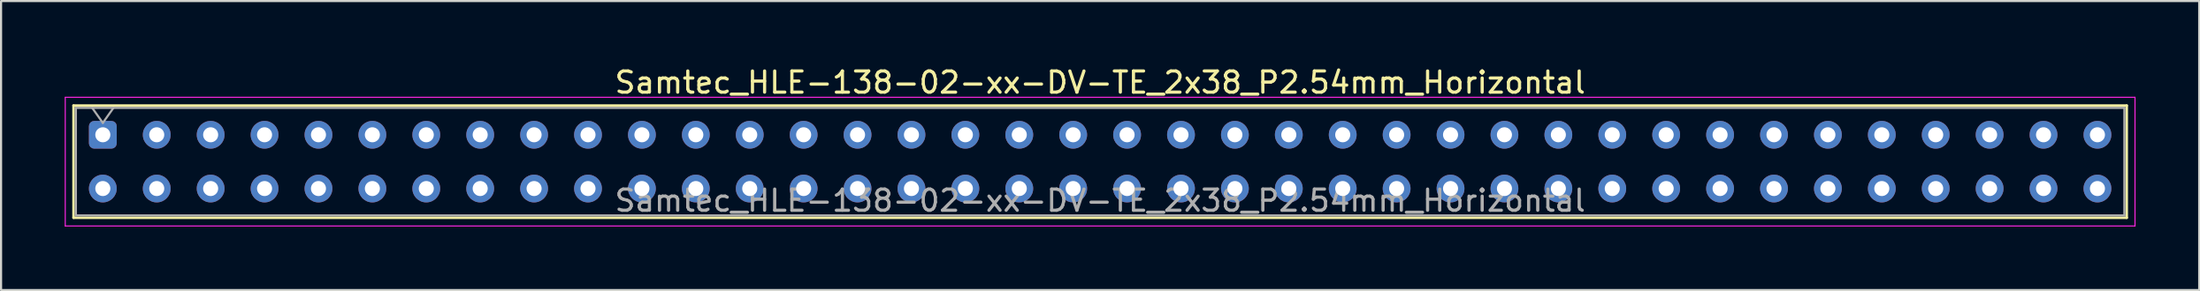
<source format=kicad_pcb>
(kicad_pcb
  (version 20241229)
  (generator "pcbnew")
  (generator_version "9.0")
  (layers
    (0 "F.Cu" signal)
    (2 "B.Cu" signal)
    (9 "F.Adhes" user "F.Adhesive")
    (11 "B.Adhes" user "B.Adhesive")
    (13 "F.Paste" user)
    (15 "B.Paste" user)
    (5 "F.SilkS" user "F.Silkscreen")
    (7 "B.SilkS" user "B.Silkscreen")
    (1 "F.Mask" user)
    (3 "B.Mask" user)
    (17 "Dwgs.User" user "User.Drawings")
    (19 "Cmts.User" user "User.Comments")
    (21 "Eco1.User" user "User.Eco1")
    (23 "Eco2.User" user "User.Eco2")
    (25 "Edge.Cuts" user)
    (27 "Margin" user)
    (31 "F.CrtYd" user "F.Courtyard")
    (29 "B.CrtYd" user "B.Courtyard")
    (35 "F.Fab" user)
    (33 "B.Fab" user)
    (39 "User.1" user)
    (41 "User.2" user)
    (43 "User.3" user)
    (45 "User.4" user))
  (footprint "Samtec_HLE-138-02-xx-DV-TE_2x38_P2.54mm_Horizontal"
    (layer "F.Cu")
    (at 1.795 3.318)
    (property "Reference" "Samtec_HLE-138-02-xx-DV-TE_2x38_P2.54mm_Horizontal" (at 46.99 -2.47 0) (layer "F.SilkS") (effects (font (size 1 1) (thickness 0.15))))
    (attr through_hole)
    (fp_line (start -1.38 -1.38) (end 95.36 -1.38) (stroke (width 0.12) (type solid)) (layer "F.SilkS"))
    (fp_line (start -1.38 3.92) (end -1.38 -1.38) (stroke (width 0.12) (type solid)) (layer "F.SilkS"))
    (fp_line (start 95.36 -1.38) (end 95.36 3.92) (stroke (width 0.12) (type solid)) (layer "F.SilkS"))
    (fp_line (start 95.36 3.92) (end -1.38 3.92) (stroke (width 0.12) (type solid)) (layer "F.SilkS"))
    (fp_line (start -1.77 -1.77) (end 95.75 -1.77) (stroke (width 0.05) (type solid)) (layer "F.CrtYd"))
    (fp_line (start -1.77 4.31) (end -1.77 -1.77) (stroke (width 0.05) (type solid)) (layer "F.CrtYd"))
    (fp_line (start 95.75 -1.77) (end 95.75 4.31) (stroke (width 0.05) (type solid)) (layer "F.CrtYd"))
    (fp_line (start 95.75 4.31) (end -1.77 4.31) (stroke (width 0.05) (type solid)) (layer "F.CrtYd"))
    (fp_line (start -1.27 -1.27) (end 95.25 -1.27) (stroke (width 0.1) (type solid)) (layer "F.Fab"))
    (fp_line (start -1.27 3.81) (end -1.27 -1.27) (stroke (width 0.1) (type solid)) (layer "F.Fab"))
    (fp_line (start -0.5 -1.27) (end 0 -0.563) (stroke (width 0.1) (type solid)) (layer "F.Fab"))
    (fp_line (start 0 -0.563) (end 0.5 -1.27) (stroke (width 0.1) (type solid)) (layer "F.Fab"))
    (fp_line (start 95.25 -1.27) (end 95.25 3.81) (stroke (width 0.1) (type solid)) (layer "F.Fab"))
    (fp_line (start 95.25 3.81) (end -1.27 3.81) (stroke (width 0.1) (type solid)) (layer "F.Fab"))
    (fp_text user "${REFERENCE}" (at 46.99 3.11 0) (layer "F.Fab") (effects (font (size 1 1) (thickness 0.15))))
    (pad "1" thru_hole roundrect (at 0 0) (size 1.31 1.31) (drill 0.71) (layers "*.Cu" "*.Mask") (roundrect_rratio 0.191))
    (pad "2" thru_hole circle (at 0 2.54) (size 1.31 1.31) (drill 0.71) (layers "*.Cu" "*.Mask"))
    (pad "3" thru_hole circle (at 2.54 0) (size 1.31 1.31) (drill 0.71) (layers "*.Cu" "*.Mask"))
    (pad "4" thru_hole circle (at 2.54 2.54) (size 1.31 1.31) (drill 0.71) (layers "*.Cu" "*.Mask"))
    (pad "5" thru_hole circle (at 5.08 0) (size 1.31 1.31) (drill 0.71) (layers "*.Cu" "*.Mask"))
    (pad "6" thru_hole circle (at 5.08 2.54) (size 1.31 1.31) (drill 0.71) (layers "*.Cu" "*.Mask"))
    (pad "7" thru_hole circle (at 7.62 0) (size 1.31 1.31) (drill 0.71) (layers "*.Cu" "*.Mask"))
    (pad "8" thru_hole circle (at 7.62 2.54) (size 1.31 1.31) (drill 0.71) (layers "*.Cu" "*.Mask"))
    (pad "9" thru_hole circle (at 10.16 0) (size 1.31 1.31) (drill 0.71) (layers "*.Cu" "*.Mask"))
    (pad "10" thru_hole circle (at 10.16 2.54) (size 1.31 1.31) (drill 0.71) (layers "*.Cu" "*.Mask"))
    (pad "11" thru_hole circle (at 12.7 0) (size 1.31 1.31) (drill 0.71) (layers "*.Cu" "*.Mask"))
    (pad "12" thru_hole circle (at 12.7 2.54) (size 1.31 1.31) (drill 0.71) (layers "*.Cu" "*.Mask"))
    (pad "13" thru_hole circle (at 15.24 0) (size 1.31 1.31) (drill 0.71) (layers "*.Cu" "*.Mask"))
    (pad "14" thru_hole circle (at 15.24 2.54) (size 1.31 1.31) (drill 0.71) (layers "*.Cu" "*.Mask"))
    (pad "15" thru_hole circle (at 17.78 0) (size 1.31 1.31) (drill 0.71) (layers "*.Cu" "*.Mask"))
    (pad "16" thru_hole circle (at 17.78 2.54) (size 1.31 1.31) (drill 0.71) (layers "*.Cu" "*.Mask"))
    (pad "17" thru_hole circle (at 20.32 0) (size 1.31 1.31) (drill 0.71) (layers "*.Cu" "*.Mask"))
    (pad "18" thru_hole circle (at 20.32 2.54) (size 1.31 1.31) (drill 0.71) (layers "*.Cu" "*.Mask"))
    (pad "19" thru_hole circle (at 22.86 0) (size 1.31 1.31) (drill 0.71) (layers "*.Cu" "*.Mask"))
    (pad "20" thru_hole circle (at 22.86 2.54) (size 1.31 1.31) (drill 0.71) (layers "*.Cu" "*.Mask"))
    (pad "21" thru_hole circle (at 25.4 0) (size 1.31 1.31) (drill 0.71) (layers "*.Cu" "*.Mask"))
    (pad "22" thru_hole circle (at 25.4 2.54) (size 1.31 1.31) (drill 0.71) (layers "*.Cu" "*.Mask"))
    (pad "23" thru_hole circle (at 27.94 0) (size 1.31 1.31) (drill 0.71) (layers "*.Cu" "*.Mask"))
    (pad "24" thru_hole circle (at 27.94 2.54) (size 1.31 1.31) (drill 0.71) (layers "*.Cu" "*.Mask"))
    (pad "25" thru_hole circle (at 30.48 0) (size 1.31 1.31) (drill 0.71) (layers "*.Cu" "*.Mask"))
    (pad "26" thru_hole circle (at 30.48 2.54) (size 1.31 1.31) (drill 0.71) (layers "*.Cu" "*.Mask"))
    (pad "27" thru_hole circle (at 33.02 0) (size 1.31 1.31) (drill 0.71) (layers "*.Cu" "*.Mask"))
    (pad "28" thru_hole circle (at 33.02 2.54) (size 1.31 1.31) (drill 0.71) (layers "*.Cu" "*.Mask"))
    (pad "29" thru_hole circle (at 35.56 0) (size 1.31 1.31) (drill 0.71) (layers "*.Cu" "*.Mask"))
    (pad "30" thru_hole circle (at 35.56 2.54) (size 1.31 1.31) (drill 0.71) (layers "*.Cu" "*.Mask"))
    (pad "31" thru_hole circle (at 38.1 0) (size 1.31 1.31) (drill 0.71) (layers "*.Cu" "*.Mask"))
    (pad "32" thru_hole circle (at 38.1 2.54) (size 1.31 1.31) (drill 0.71) (layers "*.Cu" "*.Mask"))
    (pad "33" thru_hole circle (at 40.64 0) (size 1.31 1.31) (drill 0.71) (layers "*.Cu" "*.Mask"))
    (pad "34" thru_hole circle (at 40.64 2.54) (size 1.31 1.31) (drill 0.71) (layers "*.Cu" "*.Mask"))
    (pad "35" thru_hole circle (at 43.18 0) (size 1.31 1.31) (drill 0.71) (layers "*.Cu" "*.Mask"))
    (pad "36" thru_hole circle (at 43.18 2.54) (size 1.31 1.31) (drill 0.71) (layers "*.Cu" "*.Mask"))
    (pad "37" thru_hole circle (at 45.72 0) (size 1.31 1.31) (drill 0.71) (layers "*.Cu" "*.Mask"))
    (pad "38" thru_hole circle (at 45.72 2.54) (size 1.31 1.31) (drill 0.71) (layers "*.Cu" "*.Mask"))
    (pad "39" thru_hole circle (at 48.26 0) (size 1.31 1.31) (drill 0.71) (layers "*.Cu" "*.Mask"))
    (pad "40" thru_hole circle (at 48.26 2.54) (size 1.31 1.31) (drill 0.71) (layers "*.Cu" "*.Mask"))
    (pad "41" thru_hole circle (at 50.8 0) (size 1.31 1.31) (drill 0.71) (layers "*.Cu" "*.Mask"))
    (pad "42" thru_hole circle (at 50.8 2.54) (size 1.31 1.31) (drill 0.71) (layers "*.Cu" "*.Mask"))
    (pad "43" thru_hole circle (at 53.34 0) (size 1.31 1.31) (drill 0.71) (layers "*.Cu" "*.Mask"))
    (pad "44" thru_hole circle (at 53.34 2.54) (size 1.31 1.31) (drill 0.71) (layers "*.Cu" "*.Mask"))
    (pad "45" thru_hole circle (at 55.88 0) (size 1.31 1.31) (drill 0.71) (layers "*.Cu" "*.Mask"))
    (pad "46" thru_hole circle (at 55.88 2.54) (size 1.31 1.31) (drill 0.71) (layers "*.Cu" "*.Mask"))
    (pad "47" thru_hole circle (at 58.42 0) (size 1.31 1.31) (drill 0.71) (layers "*.Cu" "*.Mask"))
    (pad "48" thru_hole circle (at 58.42 2.54) (size 1.31 1.31) (drill 0.71) (layers "*.Cu" "*.Mask"))
    (pad "49" thru_hole circle (at 60.96 0) (size 1.31 1.31) (drill 0.71) (layers "*.Cu" "*.Mask"))
    (pad "50" thru_hole circle (at 60.96 2.54) (size 1.31 1.31) (drill 0.71) (layers "*.Cu" "*.Mask"))
    (pad "51" thru_hole circle (at 63.5 0) (size 1.31 1.31) (drill 0.71) (layers "*.Cu" "*.Mask"))
    (pad "52" thru_hole circle (at 63.5 2.54) (size 1.31 1.31) (drill 0.71) (layers "*.Cu" "*.Mask"))
    (pad "53" thru_hole circle (at 66.04 0) (size 1.31 1.31) (drill 0.71) (layers "*.Cu" "*.Mask"))
    (pad "54" thru_hole circle (at 66.04 2.54) (size 1.31 1.31) (drill 0.71) (layers "*.Cu" "*.Mask"))
    (pad "55" thru_hole circle (at 68.58 0) (size 1.31 1.31) (drill 0.71) (layers "*.Cu" "*.Mask"))
    (pad "56" thru_hole circle (at 68.58 2.54) (size 1.31 1.31) (drill 0.71) (layers "*.Cu" "*.Mask"))
    (pad "57" thru_hole circle (at 71.12 0) (size 1.31 1.31) (drill 0.71) (layers "*.Cu" "*.Mask"))
    (pad "58" thru_hole circle (at 71.12 2.54) (size 1.31 1.31) (drill 0.71) (layers "*.Cu" "*.Mask"))
    (pad "59" thru_hole circle (at 73.66 0) (size 1.31 1.31) (drill 0.71) (layers "*.Cu" "*.Mask"))
    (pad "60" thru_hole circle (at 73.66 2.54) (size 1.31 1.31) (drill 0.71) (layers "*.Cu" "*.Mask"))
    (pad "61" thru_hole circle (at 76.2 0) (size 1.31 1.31) (drill 0.71) (layers "*.Cu" "*.Mask"))
    (pad "62" thru_hole circle (at 76.2 2.54) (size 1.31 1.31) (drill 0.71) (layers "*.Cu" "*.Mask"))
    (pad "63" thru_hole circle (at 78.74 0) (size 1.31 1.31) (drill 0.71) (layers "*.Cu" "*.Mask"))
    (pad "64" thru_hole circle (at 78.74 2.54) (size 1.31 1.31) (drill 0.71) (layers "*.Cu" "*.Mask"))
    (pad "65" thru_hole circle (at 81.28 0) (size 1.31 1.31) (drill 0.71) (layers "*.Cu" "*.Mask"))
    (pad "66" thru_hole circle (at 81.28 2.54) (size 1.31 1.31) (drill 0.71) (layers "*.Cu" "*.Mask"))
    (pad "67" thru_hole circle (at 83.82 0) (size 1.31 1.31) (drill 0.71) (layers "*.Cu" "*.Mask"))
    (pad "68" thru_hole circle (at 83.82 2.54) (size 1.31 1.31) (drill 0.71) (layers "*.Cu" "*.Mask"))
    (pad "69" thru_hole circle (at 86.36 0) (size 1.31 1.31) (drill 0.71) (layers "*.Cu" "*.Mask"))
    (pad "70" thru_hole circle (at 86.36 2.54) (size 1.31 1.31) (drill 0.71) (layers "*.Cu" "*.Mask"))
    (pad "71" thru_hole circle (at 88.9 0) (size 1.31 1.31) (drill 0.71) (layers "*.Cu" "*.Mask"))
    (pad "72" thru_hole circle (at 88.9 2.54) (size 1.31 1.31) (drill 0.71) (layers "*.Cu" "*.Mask"))
    (pad "73" thru_hole circle (at 91.44 0) (size 1.31 1.31) (drill 0.71) (layers "*.Cu" "*.Mask"))
    (pad "74" thru_hole circle (at 91.44 2.54) (size 1.31 1.31) (drill 0.71) (layers "*.Cu" "*.Mask"))
    (pad "75" thru_hole circle (at 93.98 0) (size 1.31 1.31) (drill 0.71) (layers "*.Cu" "*.Mask"))
    (pad "76" thru_hole circle (at 93.98 2.54) (size 1.31 1.31) (drill 0.71) (layers "*.Cu" "*.Mask")))
  (gr_rect
    (start -3 -3)
    (end 100.57 10.653)
    (stroke (width 0.1) (type default))
    (fill no)
    (layer "Edge.Cuts")))
</source>
